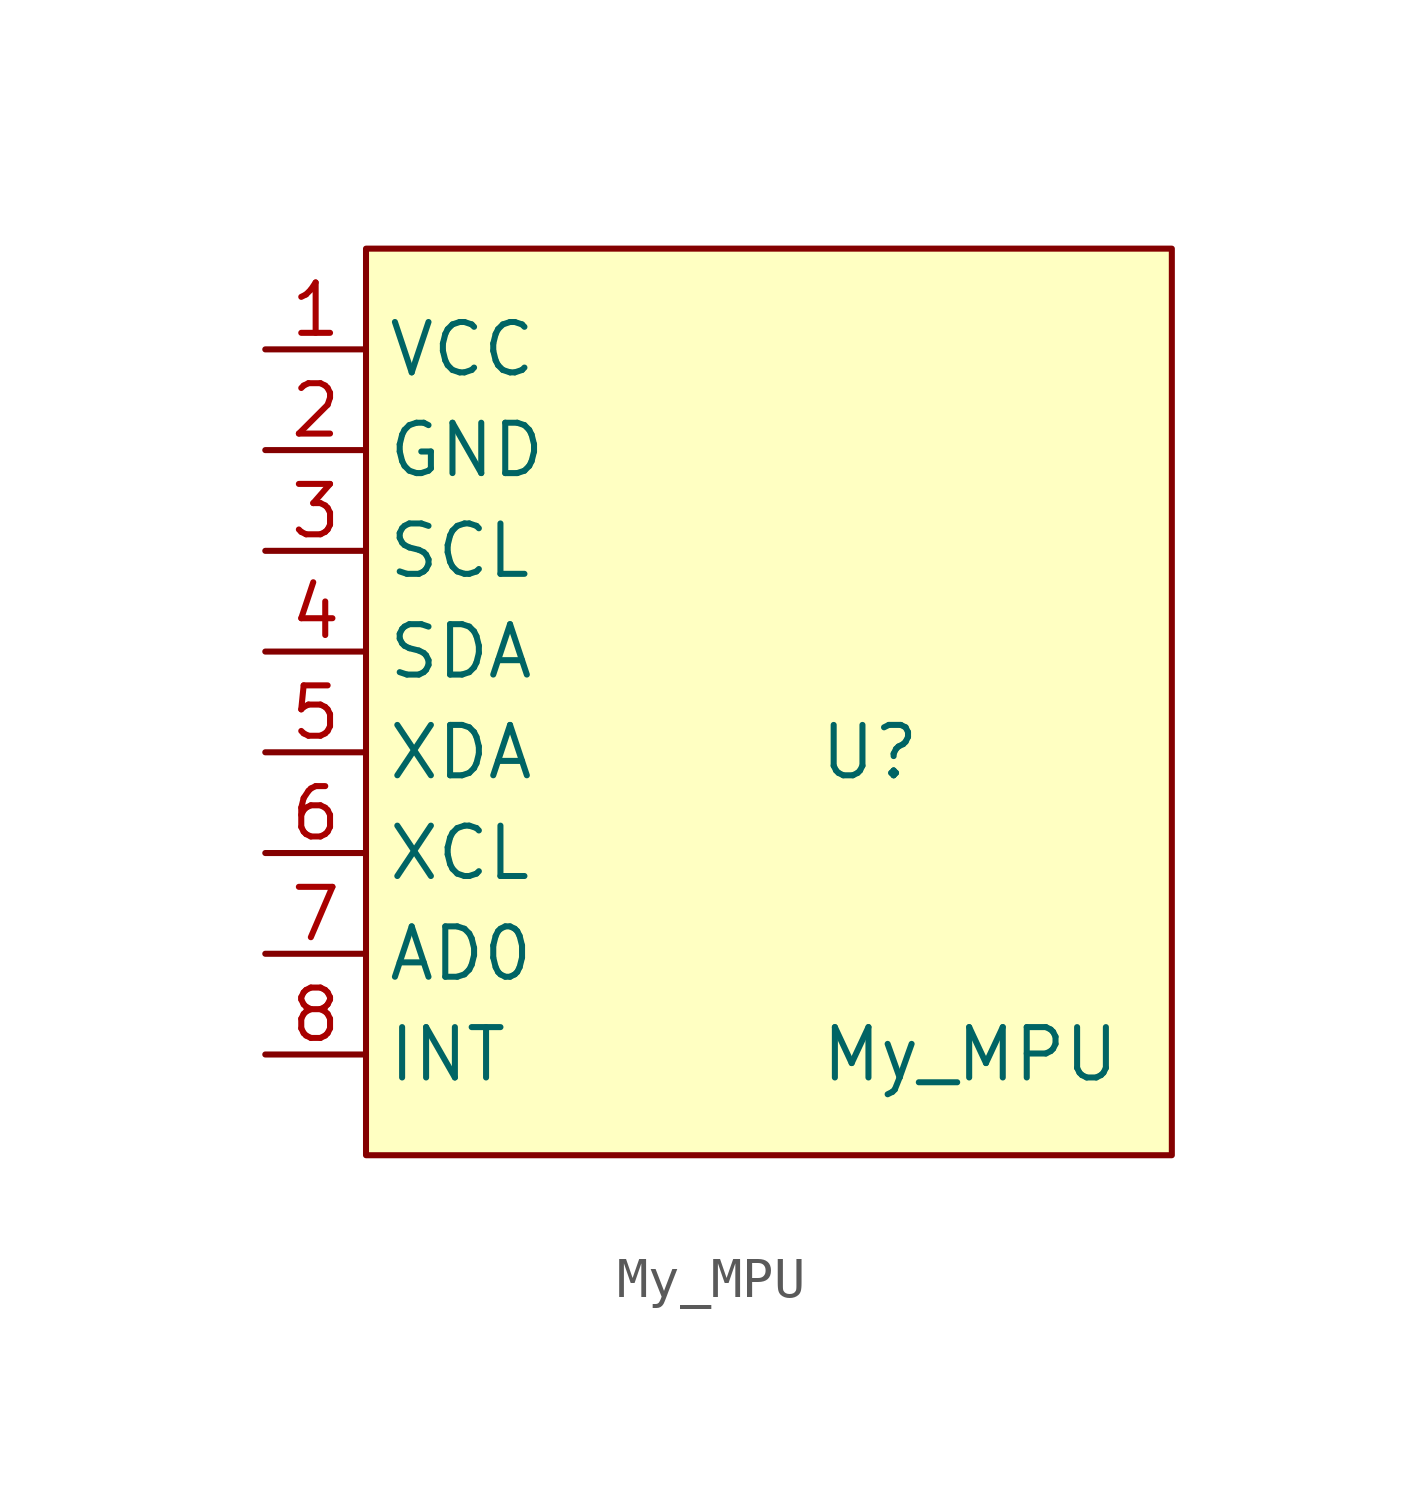
<source format=kicad_sym>
(kicad_symbol_lib
  (version 20211014)
  (generator kicad_symbol_editor)
  (symbol "My_MPU"
    (property "Reference" "U"
      (at 0 0 0)
      (effects (font (size 1.27 1.27))))
    (property "Value" "My_MPU"
      (at 2.54 -7.62 0)
      (effects (font (size 1.27 1.27))))
    (symbol "My_MPU_0_1"
      (rectangle (start -12.7 12.7) (end 7.62 -10.16) (stroke (width 0) (type default) (color 0 0 0 0)) (fill (type background))))
    (symbol "My_MPU_1_1"
      (pin power_in line (at -15.24 10.16 0) (length 2.54) (name "VCC" (effects (font (size 1.27 1.27)))) (number "1" (effects (font (size 1.27 1.27)))))
      (pin power_in line (at -15.24 7.62 0) (length 2.54) (name "GND" (effects (font (size 1.27 1.27)))) (number "2" (effects (font (size 1.27 1.27)))))
      (pin bidirectional line (at -15.24 5.08 0) (length 2.54) (name "SCL" (effects (font (size 1.27 1.27)))) (number "3" (effects (font (size 1.27 1.27)))))
      (pin bidirectional line (at -15.24 2.54 0) (length 2.54) (name "SDA" (effects (font (size 1.27 1.27)))) (number "4" (effects (font (size 1.27 1.27)))))
      (pin bidirectional line (at -15.24 0 0) (length 2.54) (name "XDA" (effects (font (size 1.27 1.27)))) (number "5" (effects (font (size 1.27 1.27)))))
      (pin bidirectional line (at -15.24 -2.54 0) (length 2.54) (name "XCL" (effects (font (size 1.27 1.27)))) (number "6" (effects (font (size 1.27 1.27)))))
      (pin input line (at -15.24 -5.08 0) (length 2.54) (name "AD0" (effects (font (size 1.27 1.27)))) (number "7" (effects (font (size 1.27 1.27)))))
      (pin output line (at -15.24 -7.62 0) (length 2.54) (name "INT" (effects (font (size 1.27 1.27)))) (number "8" (effects (font (size 1.27 1.27))))))))
</source>
